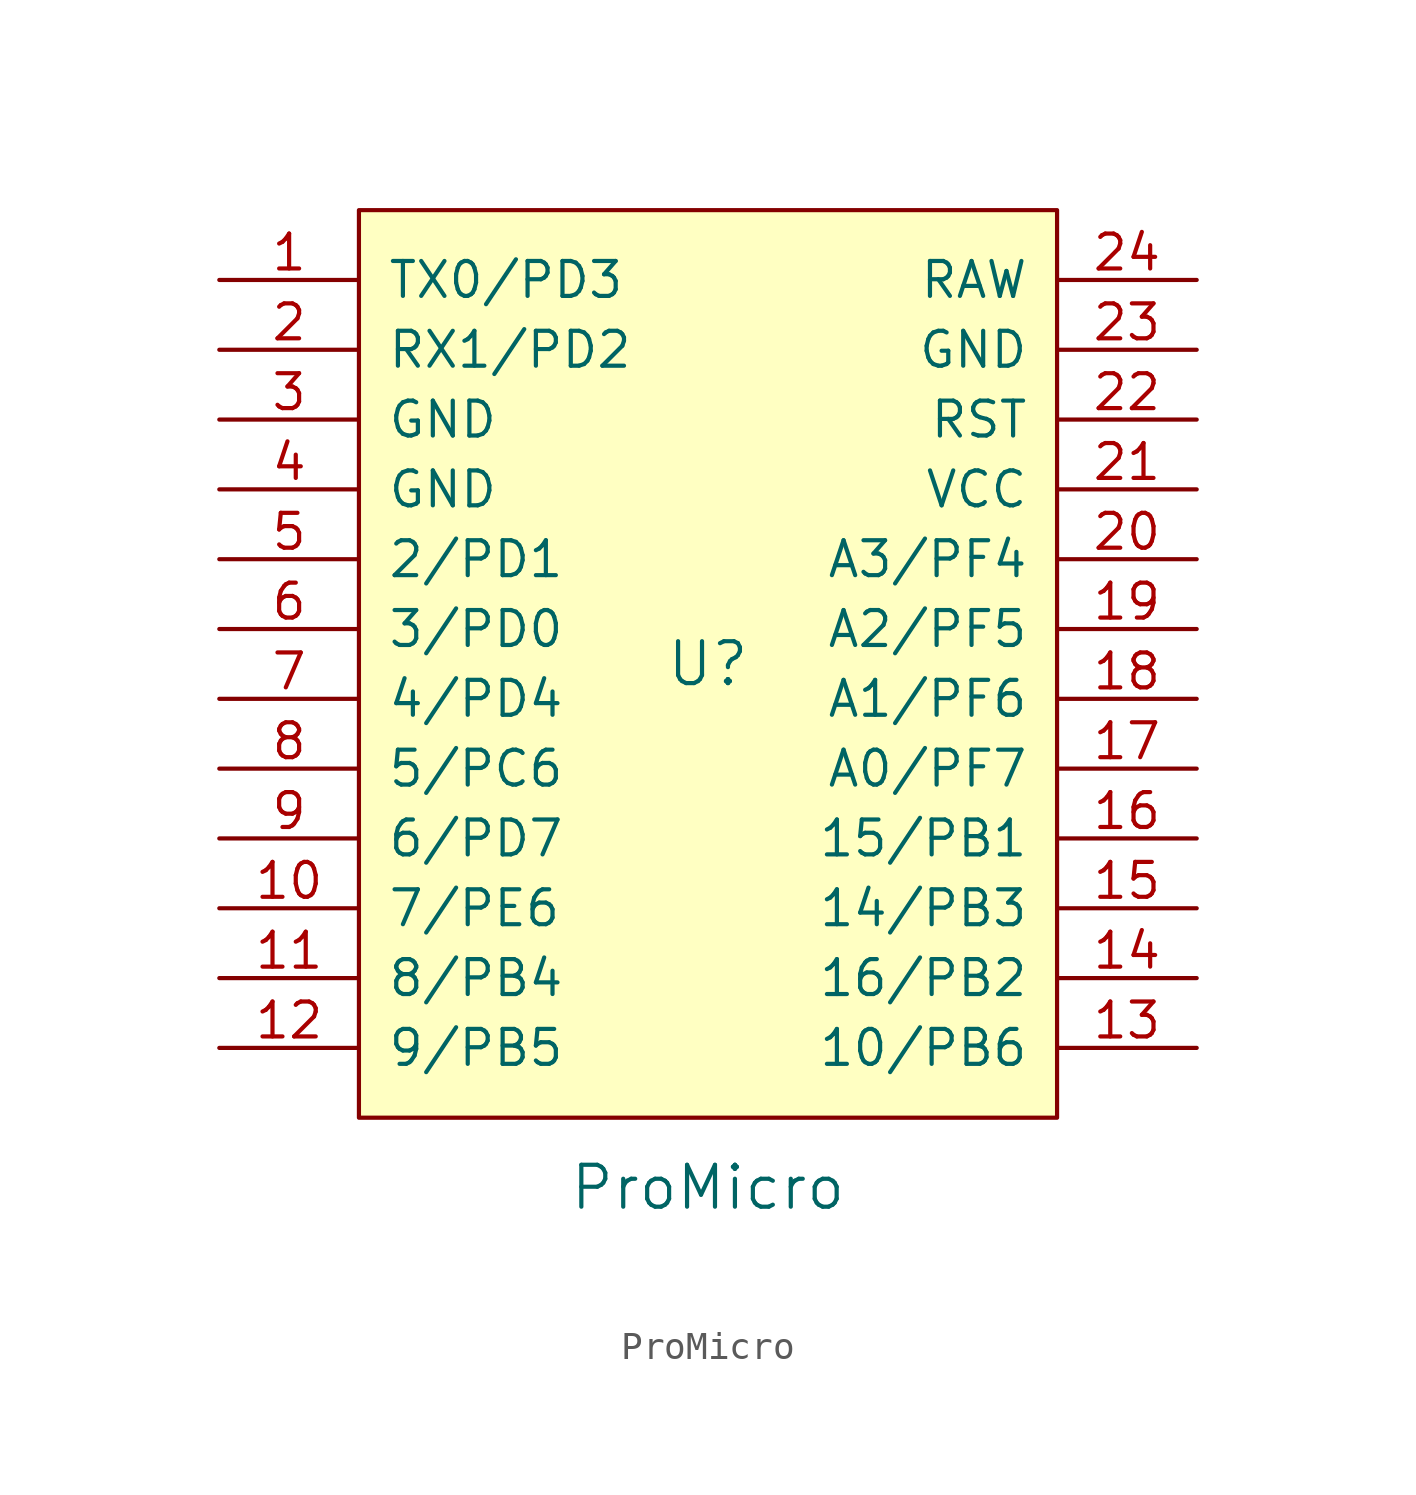
<source format=kicad_sym>
(kicad_symbol_lib
  (version 20241209)
  (generator "kicad_symbol_editor")
  (generator_version "9.0")
  (symbol "ProMicro"
    (pin_names
      (offset 1.016))
    (property "Reference" "U"
      (at 0 0 0)
      (effects (font (size 1.524 1.524))))
    (property "Value" "ProMicro"
      (at 0 -19.05 0)
      (effects (font (size 1.524 1.524))))
    (symbol "ProMicro_1_1"
      (rectangle (start -12.7 16.51) (end 12.7 -16.51) (stroke (width 0) (type solid)) (fill (type background)))
      (pin input line (at -17.78 13.97 0) (length 5.08) (name "TX0/PD3" (effects (font (size 1.27 1.27)))) (number "1" (effects (font (size 1.27 1.27)))))
      (pin input line (at -17.78 11.43 0) (length 5.08) (name "RX1/PD2" (effects (font (size 1.27 1.27)))) (number "2" (effects (font (size 1.27 1.27)))))
      (pin input line (at -17.78 8.89 0) (length 5.08) (name "GND" (effects (font (size 1.27 1.27)))) (number "3" (effects (font (size 1.27 1.27)))))
      (pin input line (at -17.78 6.35 0) (length 5.08) (name "GND" (effects (font (size 1.27 1.27)))) (number "4" (effects (font (size 1.27 1.27)))))
      (pin input line (at -17.78 3.81 0) (length 5.08) (name "2/PD1" (effects (font (size 1.27 1.27)))) (number "5" (effects (font (size 1.27 1.27)))))
      (pin input line (at -17.78 1.27 0) (length 5.08) (name "3/PD0" (effects (font (size 1.27 1.27)))) (number "6" (effects (font (size 1.27 1.27)))))
      (pin input line (at -17.78 -1.27 0) (length 5.08) (name "4/PD4" (effects (font (size 1.27 1.27)))) (number "7" (effects (font (size 1.27 1.27)))))
      (pin input line (at -17.78 -3.81 0) (length 5.08) (name "5/PC6" (effects (font (size 1.27 1.27)))) (number "8" (effects (font (size 1.27 1.27)))))
      (pin input line (at -17.78 -6.35 0) (length 5.08) (name "6/PD7" (effects (font (size 1.27 1.27)))) (number "9" (effects (font (size 1.27 1.27)))))
      (pin input line (at -17.78 -8.89 0) (length 5.08) (name "7/PE6" (effects (font (size 1.27 1.27)))) (number "10" (effects (font (size 1.27 1.27)))))
      (pin input line (at -17.78 -11.43 0) (length 5.08) (name "8/PB4" (effects (font (size 1.27 1.27)))) (number "11" (effects (font (size 1.27 1.27)))))
      (pin input line (at -17.78 -13.97 0) (length 5.08) (name "9/PB5" (effects (font (size 1.27 1.27)))) (number "12" (effects (font (size 1.27 1.27)))))
      (pin input line (at 17.78 13.97 180) (length 5.08) (name "RAW" (effects (font (size 1.27 1.27)))) (number "24" (effects (font (size 1.27 1.27)))))
      (pin input line (at 17.78 11.43 180) (length 5.08) (name "GND" (effects (font (size 1.27 1.27)))) (number "23" (effects (font (size 1.27 1.27)))))
      (pin input line (at 17.78 8.89 180) (length 5.08) (name "RST" (effects (font (size 1.27 1.27)))) (number "22" (effects (font (size 1.27 1.27)))))
      (pin input line (at 17.78 6.35 180) (length 5.08) (name "VCC" (effects (font (size 1.27 1.27)))) (number "21" (effects (font (size 1.27 1.27)))))
      (pin input line (at 17.78 3.81 180) (length 5.08) (name "A3/PF4" (effects (font (size 1.27 1.27)))) (number "20" (effects (font (size 1.27 1.27)))))
      (pin input line (at 17.78 1.27 180) (length 5.08) (name "A2/PF5" (effects (font (size 1.27 1.27)))) (number "19" (effects (font (size 1.27 1.27)))))
      (pin input line (at 17.78 -1.27 180) (length 5.08) (name "A1/PF6" (effects (font (size 1.27 1.27)))) (number "18" (effects (font (size 1.27 1.27)))))
      (pin input line (at 17.78 -3.81 180) (length 5.08) (name "A0/PF7" (effects (font (size 1.27 1.27)))) (number "17" (effects (font (size 1.27 1.27)))))
      (pin input line (at 17.78 -6.35 180) (length 5.08) (name "15/PB1" (effects (font (size 1.27 1.27)))) (number "16" (effects (font (size 1.27 1.27)))))
      (pin input line (at 17.78 -8.89 180) (length 5.08) (name "14/PB3" (effects (font (size 1.27 1.27)))) (number "15" (effects (font (size 1.27 1.27)))))
      (pin input line (at 17.78 -11.43 180) (length 5.08) (name "16/PB2" (effects (font (size 1.27 1.27)))) (number "14" (effects (font (size 1.27 1.27)))))
      (pin input line (at 17.78 -13.97 180) (length 5.08) (name "10/PB6" (effects (font (size 1.27 1.27)))) (number "13" (effects (font (size 1.27 1.27))))))))
</source>
